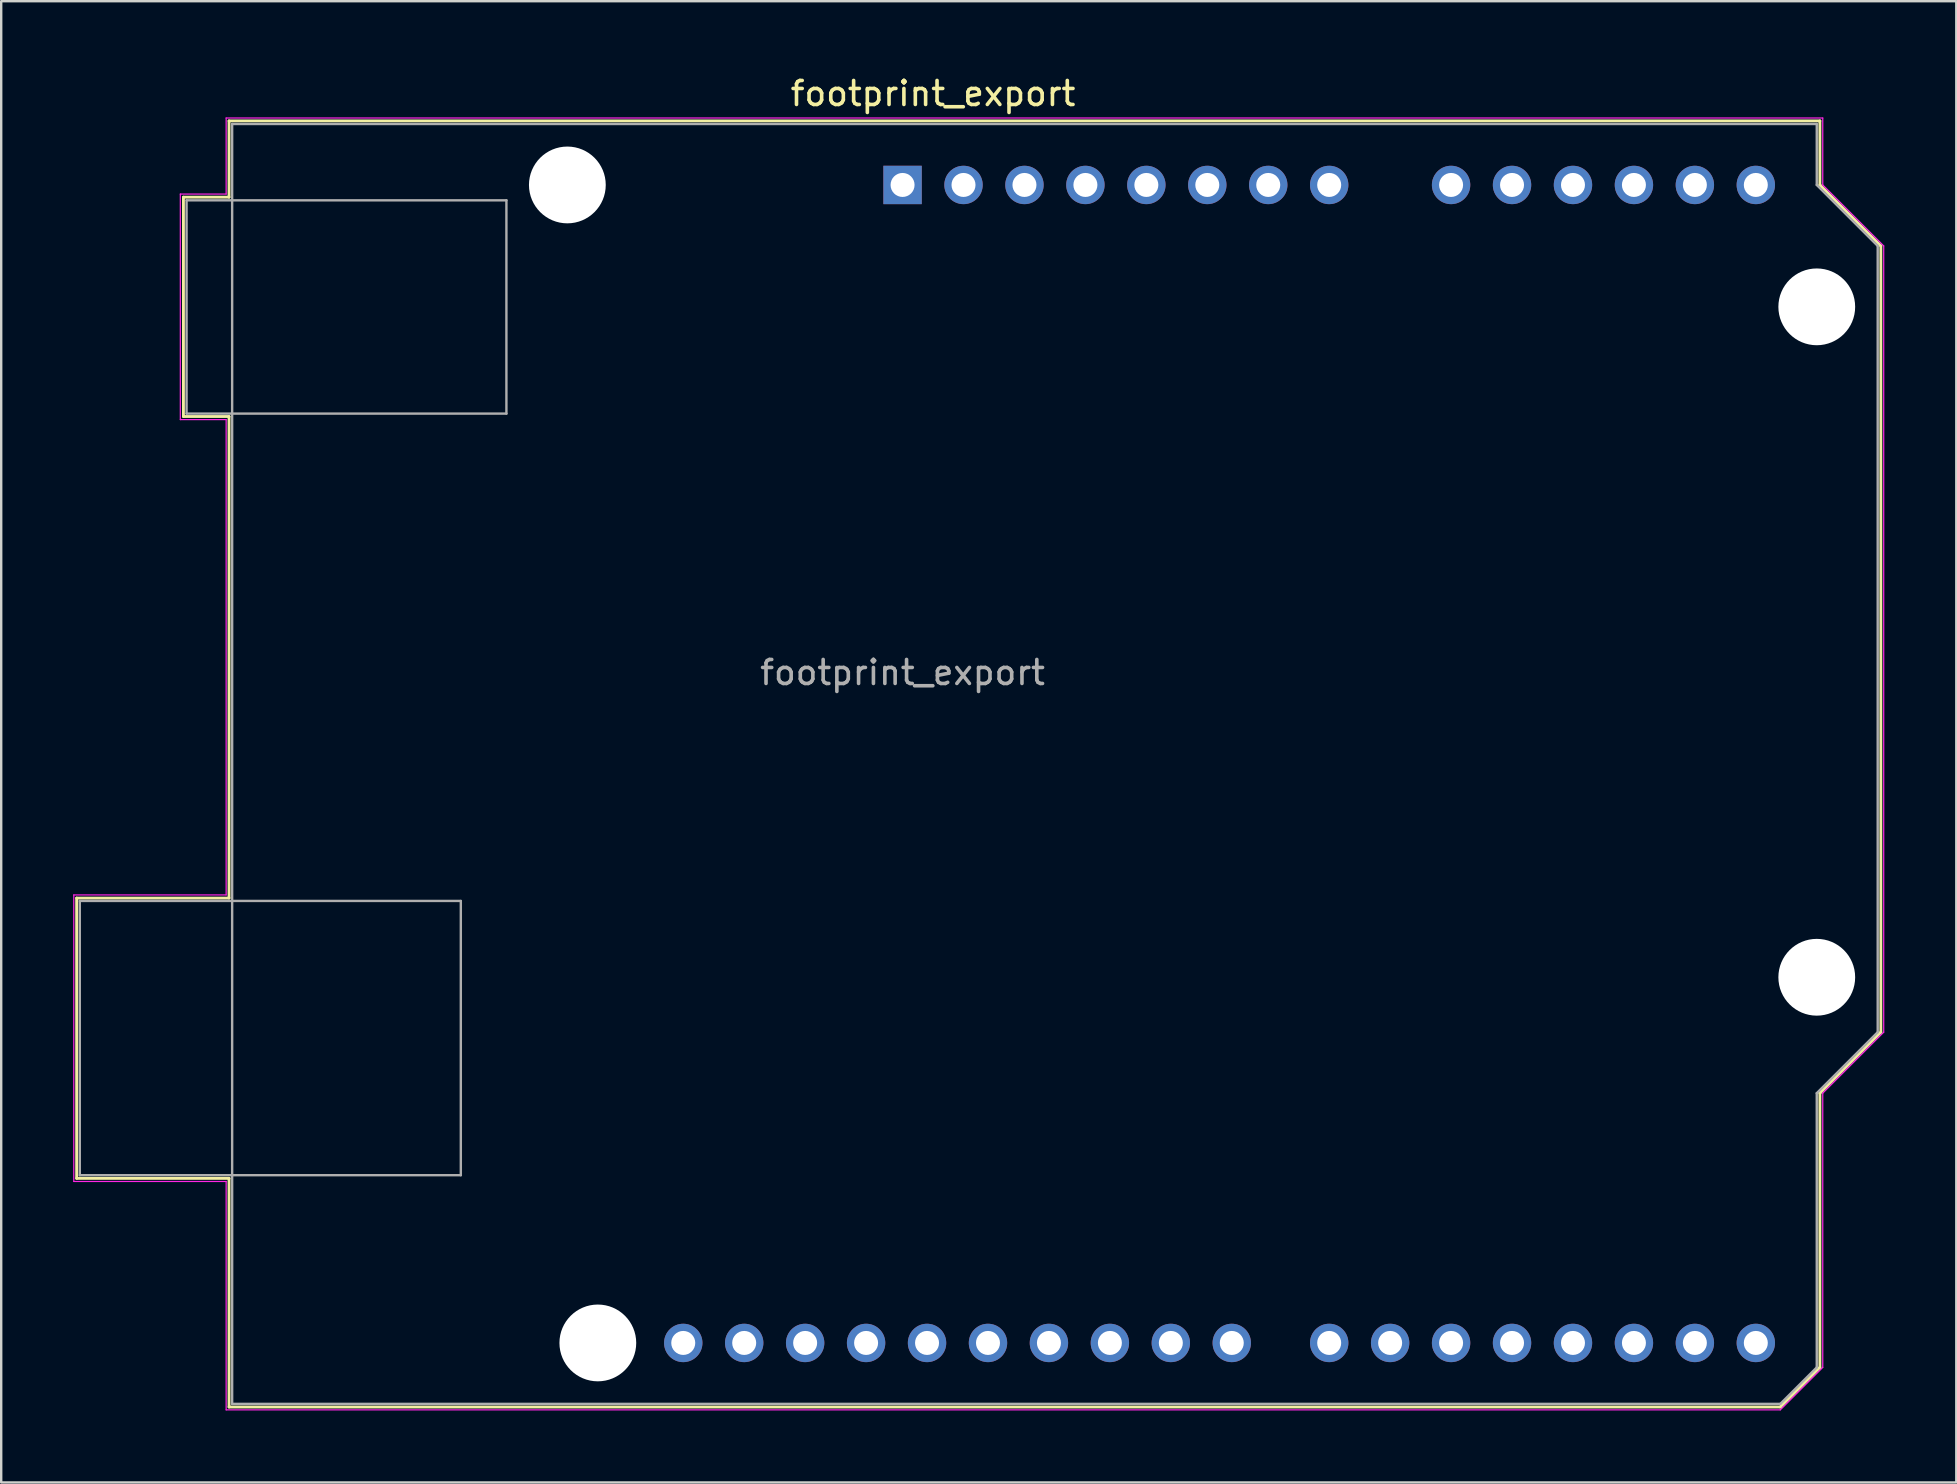
<source format=kicad_pcb>
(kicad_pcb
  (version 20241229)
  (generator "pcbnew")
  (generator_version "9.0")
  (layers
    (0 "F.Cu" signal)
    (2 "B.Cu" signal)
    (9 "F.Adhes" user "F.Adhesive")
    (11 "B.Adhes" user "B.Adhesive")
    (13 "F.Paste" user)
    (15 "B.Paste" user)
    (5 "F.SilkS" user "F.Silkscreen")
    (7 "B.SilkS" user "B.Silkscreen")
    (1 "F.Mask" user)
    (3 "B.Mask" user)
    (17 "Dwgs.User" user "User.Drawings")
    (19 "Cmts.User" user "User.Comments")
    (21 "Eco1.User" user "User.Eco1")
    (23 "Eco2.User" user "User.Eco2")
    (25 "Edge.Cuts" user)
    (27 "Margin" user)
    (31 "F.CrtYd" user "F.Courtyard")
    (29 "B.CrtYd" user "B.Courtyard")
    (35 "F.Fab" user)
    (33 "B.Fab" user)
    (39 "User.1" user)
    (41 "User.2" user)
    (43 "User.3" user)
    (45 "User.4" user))
  (footprint "footprint_export"
    (layer "F.Cu")
    (at 34.565 4.658)
    (property "Reference" "footprint_export" (at 1.27 -3.81 180) (layer "F.SilkS") (effects (font (size 1 1) (thickness 0.15))))
    (attr through_hole)
    (fp_line (start -34.42 29.72) (end -34.42 41.4) (stroke (width 0.12) (type solid)) (layer "F.SilkS"))
    (fp_line (start -34.42 41.4) (end -28.07 41.4) (stroke (width 0.12) (type solid)) (layer "F.SilkS"))
    (fp_line (start -29.97 0.51) (end -29.97 9.65) (stroke (width 0.12) (type solid)) (layer "F.SilkS"))
    (fp_line (start -29.97 9.65) (end -28.07 9.65) (stroke (width 0.12) (type solid)) (layer "F.SilkS"))
    (fp_line (start -28.07 -2.67) (end -28.07 0.51) (stroke (width 0.12) (type solid)) (layer "F.SilkS"))
    (fp_line (start -28.07 0.51) (end -29.97 0.51) (stroke (width 0.12) (type solid)) (layer "F.SilkS"))
    (fp_line (start -28.07 9.65) (end -28.07 29.72) (stroke (width 0.12) (type solid)) (layer "F.SilkS"))
    (fp_line (start -28.07 29.72) (end -34.42 29.72) (stroke (width 0.12) (type solid)) (layer "F.SilkS"))
    (fp_line (start -28.07 41.4) (end -28.07 50.93) (stroke (width 0.12) (type solid)) (layer "F.SilkS"))
    (fp_line (start -28.07 50.93) (end 36.58 50.93) (stroke (width 0.12) (type solid)) (layer "F.SilkS"))
    (fp_line (start 36.58 50.93) (end 38.23 49.28) (stroke (width 0.12) (type solid)) (layer "F.SilkS"))
    (fp_line (start 38.23 -2.67) (end -28.07 -2.67) (stroke (width 0.12) (type solid)) (layer "F.SilkS"))
    (fp_line (start 38.23 0) (end 38.23 -2.67) (stroke (width 0.12) (type solid)) (layer "F.SilkS"))
    (fp_line (start 38.23 37.85) (end 40.77 35.31) (stroke (width 0.12) (type solid)) (layer "F.SilkS"))
    (fp_line (start 38.23 49.28) (end 38.23 37.85) (stroke (width 0.12) (type solid)) (layer "F.SilkS"))
    (fp_line (start 40.77 2.54) (end 38.23 0) (stroke (width 0.12) (type solid)) (layer "F.SilkS"))
    (fp_line (start 40.77 35.31) (end 40.77 2.54) (stroke (width 0.12) (type solid)) (layer "F.SilkS"))
    (fp_line (start -34.54 29.59) (end -28.19 29.59) (stroke (width 0.05) (type solid)) (layer "F.CrtYd"))
    (fp_line (start -34.54 41.53) (end -34.54 29.59) (stroke (width 0.05) (type solid)) (layer "F.CrtYd"))
    (fp_line (start -30.1 0.38) (end -28.19 0.38) (stroke (width 0.05) (type solid)) (layer "F.CrtYd"))
    (fp_line (start -30.1 9.78) (end -30.1 0.38) (stroke (width 0.05) (type solid)) (layer "F.CrtYd"))
    (fp_line (start -28.19 -2.79) (end 38.35 -2.79) (stroke (width 0.05) (type solid)) (layer "F.CrtYd"))
    (fp_line (start -28.19 0.38) (end -28.19 -2.79) (stroke (width 0.05) (type solid)) (layer "F.CrtYd"))
    (fp_line (start -28.19 9.78) (end -30.1 9.78) (stroke (width 0.05) (type solid)) (layer "F.CrtYd"))
    (fp_line (start -28.19 29.59) (end -28.19 9.78) (stroke (width 0.05) (type solid)) (layer "F.CrtYd"))
    (fp_line (start -28.19 41.53) (end -34.54 41.53) (stroke (width 0.05) (type solid)) (layer "F.CrtYd"))
    (fp_line (start -28.19 51.05) (end -28.19 41.53) (stroke (width 0.05) (type solid)) (layer "F.CrtYd"))
    (fp_line (start 36.58 51.05) (end -28.19 51.05) (stroke (width 0.05) (type solid)) (layer "F.CrtYd"))
    (fp_line (start 38.35 -2.79) (end 38.35 0) (stroke (width 0.05) (type solid)) (layer "F.CrtYd"))
    (fp_line (start 38.35 0) (end 40.89 2.54) (stroke (width 0.05) (type solid)) (layer "F.CrtYd"))
    (fp_line (start 38.35 37.85) (end 38.35 49.28) (stroke (width 0.05) (type solid)) (layer "F.CrtYd"))
    (fp_line (start 38.35 49.28) (end 36.58 51.05) (stroke (width 0.05) (type solid)) (layer "F.CrtYd"))
    (fp_line (start 40.89 2.54) (end 40.89 35.31) (stroke (width 0.05) (type solid)) (layer "F.CrtYd"))
    (fp_line (start 40.89 35.31) (end 38.35 37.85) (stroke (width 0.05) (type solid)) (layer "F.CrtYd"))
    (fp_line (start -34.29 29.84) (end -18.41 29.84) (stroke (width 0.1) (type solid)) (layer "F.Fab"))
    (fp_line (start -34.29 41.27) (end -34.29 29.84) (stroke (width 0.1) (type solid)) (layer "F.Fab"))
    (fp_line (start -29.84 0.64) (end -16.51 0.64) (stroke (width 0.1) (type solid)) (layer "F.Fab"))
    (fp_line (start -29.84 9.53) (end -29.84 0.64) (stroke (width 0.1) (type solid)) (layer "F.Fab"))
    (fp_line (start -27.94 -2.54) (end 38.1 -2.54) (stroke (width 0.1) (type solid)) (layer "F.Fab"))
    (fp_line (start -27.94 50.8) (end -27.94 -2.54) (stroke (width 0.1) (type solid)) (layer "F.Fab"))
    (fp_line (start -18.41 29.84) (end -18.41 41.27) (stroke (width 0.1) (type solid)) (layer "F.Fab"))
    (fp_line (start -18.41 41.27) (end -34.29 41.27) (stroke (width 0.1) (type solid)) (layer "F.Fab"))
    (fp_line (start -16.51 0.64) (end -16.51 9.53) (stroke (width 0.1) (type solid)) (layer "F.Fab"))
    (fp_line (start -16.51 9.53) (end -29.84 9.53) (stroke (width 0.1) (type solid)) (layer "F.Fab"))
    (fp_line (start 36.58 50.8) (end -27.94 50.8) (stroke (width 0.1) (type solid)) (layer "F.Fab"))
    (fp_line (start 38.1 -2.54) (end 38.1 0) (stroke (width 0.1) (type solid)) (layer "F.Fab"))
    (fp_line (start 38.1 0) (end 40.64 2.54) (stroke (width 0.1) (type solid)) (layer "F.Fab"))
    (fp_line (start 38.1 37.85) (end 38.1 49.28) (stroke (width 0.1) (type solid)) (layer "F.Fab"))
    (fp_line (start 38.1 49.28) (end 36.58 50.8) (stroke (width 0.1) (type solid)) (layer "F.Fab"))
    (fp_line (start 40.64 2.54) (end 40.64 35.31) (stroke (width 0.1) (type solid)) (layer "F.Fab"))
    (fp_line (start 40.64 35.31) (end 38.1 37.85) (stroke (width 0.1) (type solid)) (layer "F.Fab"))
    (fp_text user "${REFERENCE}" (at 0 20.32 180) (layer "F.Fab") (effects (font (size 1 1) (thickness 0.15))))
    (pad "" np_thru_hole circle (at -13.97 0 90) (size 3.2 3.2) (drill 3.2) (layers "*.Cu" "*.Mask"))
    (pad "" np_thru_hole circle (at -12.7 48.26 90) (size 3.2 3.2) (drill 3.2) (layers "*.Cu" "*.Mask"))
    (pad "" np_thru_hole circle (at 38.1 5.08 90) (size 3.2 3.2) (drill 3.2) (layers "*.Cu" "*.Mask"))
    (pad "" np_thru_hole circle (at 38.1 33.02 90) (size 3.2 3.2) (drill 3.2) (layers "*.Cu" "*.Mask"))
    (pad "1" thru_hole rect (at 0 0 90) (size 1.6 1.6) (drill 1) (layers "*.Cu" "*.Mask"))
    (pad "2" thru_hole oval (at 2.54 0 90) (size 1.6 1.6) (drill 1) (layers "*.Cu" "*.Mask"))
    (pad "3" thru_hole oval (at 5.08 0 90) (size 1.6 1.6) (drill 1) (layers "*.Cu" "*.Mask"))
    (pad "4" thru_hole oval (at 7.62 0 90) (size 1.6 1.6) (drill 1) (layers "*.Cu" "*.Mask"))
    (pad "5" thru_hole oval (at 10.16 0 90) (size 1.6 1.6) (drill 1) (layers "*.Cu" "*.Mask"))
    (pad "6" thru_hole oval (at 12.7 0 90) (size 1.6 1.6) (drill 1) (layers "*.Cu" "*.Mask"))
    (pad "7" thru_hole oval (at 15.24 0 90) (size 1.6 1.6) (drill 1) (layers "*.Cu" "*.Mask"))
    (pad "8" thru_hole oval (at 17.78 0 90) (size 1.6 1.6) (drill 1) (layers "*.Cu" "*.Mask"))
    (pad "9" thru_hole oval (at 22.86 0 90) (size 1.6 1.6) (drill 1) (layers "*.Cu" "*.Mask"))
    (pad "10" thru_hole oval (at 25.4 0 90) (size 1.6 1.6) (drill 1) (layers "*.Cu" "*.Mask"))
    (pad "11" thru_hole oval (at 27.94 0 90) (size 1.6 1.6) (drill 1) (layers "*.Cu" "*.Mask"))
    (pad "12" thru_hole oval (at 30.48 0 90) (size 1.6 1.6) (drill 1) (layers "*.Cu" "*.Mask"))
    (pad "13" thru_hole oval (at 33.02 0 90) (size 1.6 1.6) (drill 1) (layers "*.Cu" "*.Mask"))
    (pad "14" thru_hole oval (at 35.56 0 90) (size 1.6 1.6) (drill 1) (layers "*.Cu" "*.Mask"))
    (pad "15" thru_hole oval (at 35.56 48.26 90) (size 1.6 1.6) (drill 1) (layers "*.Cu" "*.Mask"))
    (pad "16" thru_hole oval (at 33.02 48.26 90) (size 1.6 1.6) (drill 1) (layers "*.Cu" "*.Mask"))
    (pad "17" thru_hole oval (at 30.48 48.26 90) (size 1.6 1.6) (drill 1) (layers "*.Cu" "*.Mask"))
    (pad "18" thru_hole oval (at 27.94 48.26 90) (size 1.6 1.6) (drill 1) (layers "*.Cu" "*.Mask"))
    (pad "19" thru_hole oval (at 25.4 48.26 90) (size 1.6 1.6) (drill 1) (layers "*.Cu" "*.Mask"))
    (pad "20" thru_hole oval (at 22.86 48.26 90) (size 1.6 1.6) (drill 1) (layers "*.Cu" "*.Mask"))
    (pad "21" thru_hole oval (at 20.32 48.26 90) (size 1.6 1.6) (drill 1) (layers "*.Cu" "*.Mask"))
    (pad "22" thru_hole oval (at 17.78 48.26 90) (size 1.6 1.6) (drill 1) (layers "*.Cu" "*.Mask"))
    (pad "23" thru_hole oval (at 13.72 48.26 90) (size 1.6 1.6) (drill 1) (layers "*.Cu" "*.Mask"))
    (pad "24" thru_hole oval (at 11.18 48.26 90) (size 1.6 1.6) (drill 1) (layers "*.Cu" "*.Mask"))
    (pad "25" thru_hole oval (at 8.64 48.26 90) (size 1.6 1.6) (drill 1) (layers "*.Cu" "*.Mask"))
    (pad "26" thru_hole oval (at 6.1 48.26 90) (size 1.6 1.6) (drill 1) (layers "*.Cu" "*.Mask"))
    (pad "27" thru_hole oval (at 3.56 48.26 90) (size 1.6 1.6) (drill 1) (layers "*.Cu" "*.Mask"))
    (pad "28" thru_hole oval (at 1.02 48.26 90) (size 1.6 1.6) (drill 1) (layers "*.Cu" "*.Mask"))
    (pad "29" thru_hole oval (at -1.52 48.26 90) (size 1.6 1.6) (drill 1) (layers "*.Cu" "*.Mask"))
    (pad "30" thru_hole oval (at -4.06 48.26 90) (size 1.6 1.6) (drill 1) (layers "*.Cu" "*.Mask"))
    (pad "31" thru_hole oval (at -6.6 48.26 90) (size 1.6 1.6) (drill 1) (layers "*.Cu" "*.Mask"))
    (pad "32" thru_hole oval (at -9.14 48.26 90) (size 1.6 1.6) (drill 1) (layers "*.Cu" "*.Mask")))
  (gr_rect
    (start -3 -3)
    (end 78.48 58.733)
    (stroke (width 0.1) (type default))
    (fill no)
    (layer "Edge.Cuts")))
</source>
